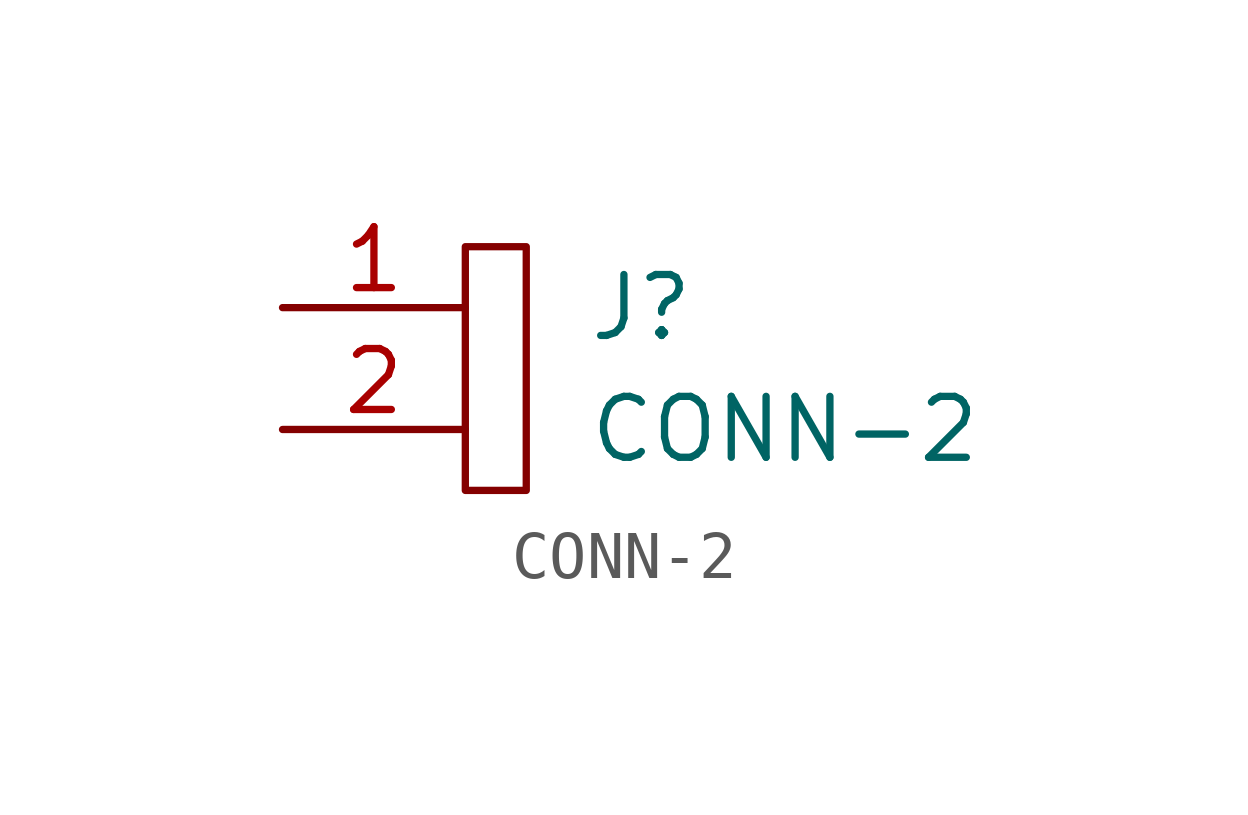
<source format=kicad_sym>
(kicad_symbol_lib
  (version 20211014)
  (generator kicad_symbol_editor)
  (symbol "CONN-2"
    (pin_names
      (offset 1.016))
    (property "Reference" "J"
      (at 6.35 1.27 0)
      (effects (font (size 1.27 1.27)) (justify left)))
    (property "Value" "CONN-2"
      (at 6.35 -1.27 0)
      (effects (font (size 1.27 1.27)) (justify left)))
    (symbol "CONN-2_0_1"
      (rectangle (start 3.81 2.54) (end 5.08 -2.54) (stroke (width 0) (type default) (color 0 0 0 0)) (fill (type none))))
    (symbol "CONN-2_1_1"
      (pin passive line (at 0 1.27 0) (length 3.81) (name "~" (effects (font (size 1.27 1.27)))) (number "1" (effects (font (size 1.27 1.27)))))
      (pin passive line (at 0 -1.27 0) (length 3.81) (name "~" (effects (font (size 1.27 1.27)))) (number "2" (effects (font (size 1.27 1.27))))))))
</source>
